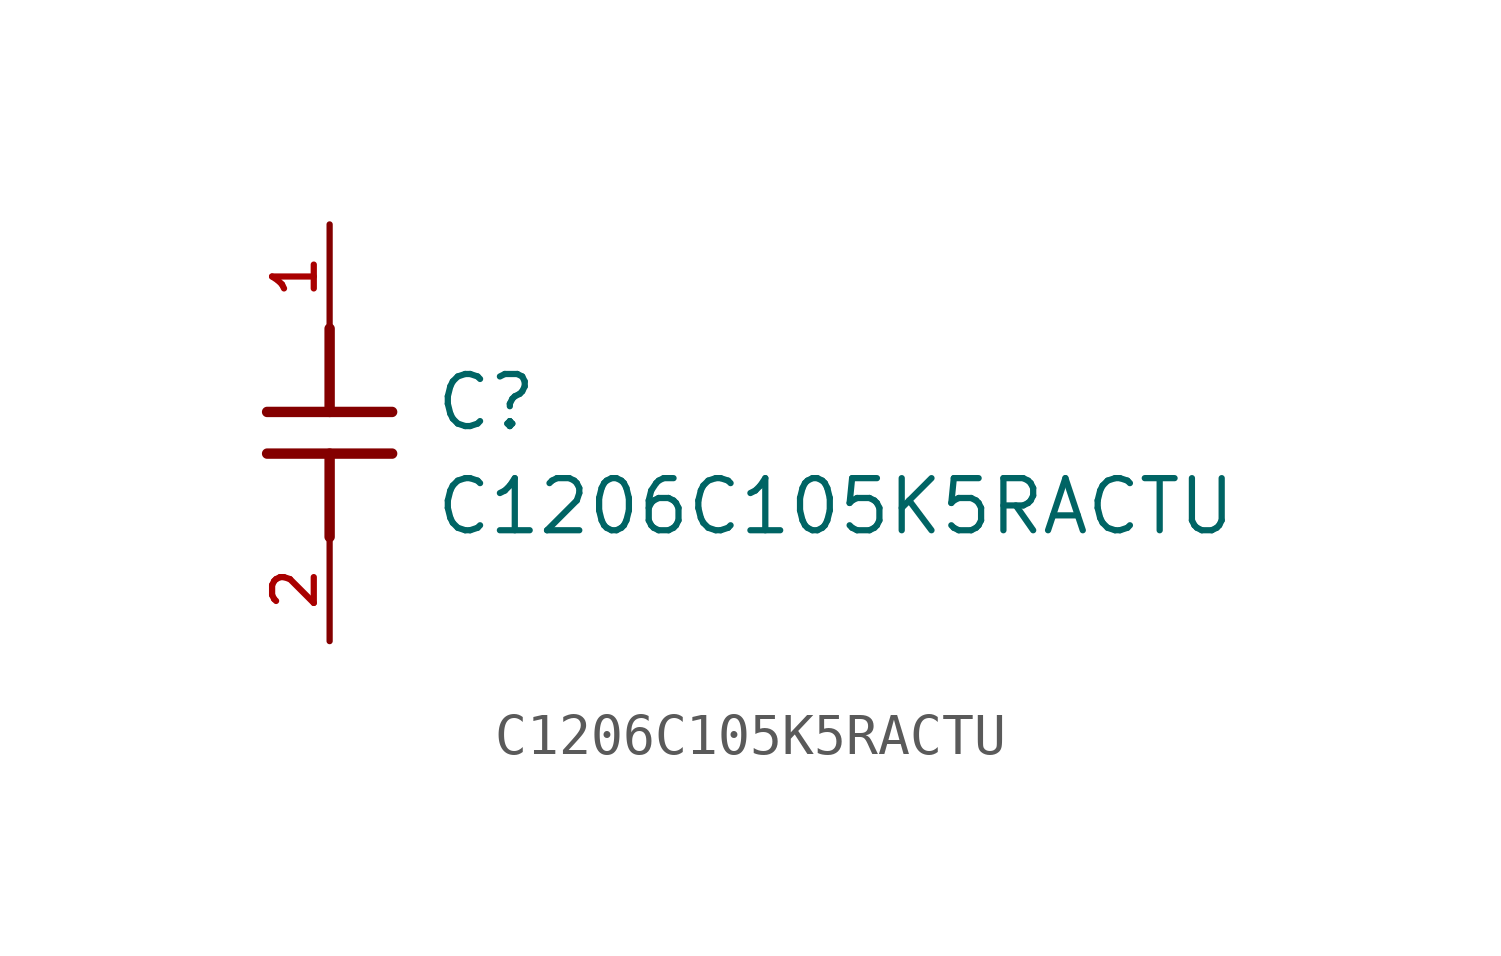
<source format=kicad_sym>
(kicad_symbol_lib
  (version 20211014)
  (generator kicad_symbol_editor)
  (symbol "C1206C105K5RACTU"
    (pin_names
      (offset 1.016))
    (property "Reference" "C"
      (at 5.08 -5.08 0)
      (effects (font (size 1.27 1.27)) (justify bottom left)))
    (property "Value" "C1206C105K5RACTU"
      (at 5.08 -7.62 0)
      (effects (font (size 1.27 1.27)) (justify bottom left)))
    (symbol "C1206C105K5RACTU_0_0"
      (polyline (pts (xy 2.54 -2.54) (xy 2.54 -4.572)) (stroke (width 0.254)))
      (polyline (pts (xy 4.064 -4.572) (xy 1.016 -4.572)) (stroke (width 0.254)))
      (polyline (pts (xy 2.54 -5.588) (xy 2.54 -7.62)) (stroke (width 0.254)))
      (polyline (pts (xy 4.064 -5.588) (xy 1.016 -5.588)) (stroke (width 0.254)))
      (pin passive line (at 2.54 0.0 270.0) (length 2.54) (name "~" (effects (font (size 1.016 1.016)))) (number "1" (effects (font (size 1.016 1.016)))))
      (pin passive line (at 2.54 -10.16 90.0) (length 2.54) (name "~" (effects (font (size 1.016 1.016)))) (number "2" (effects (font (size 1.016 1.016))))))))
</source>
